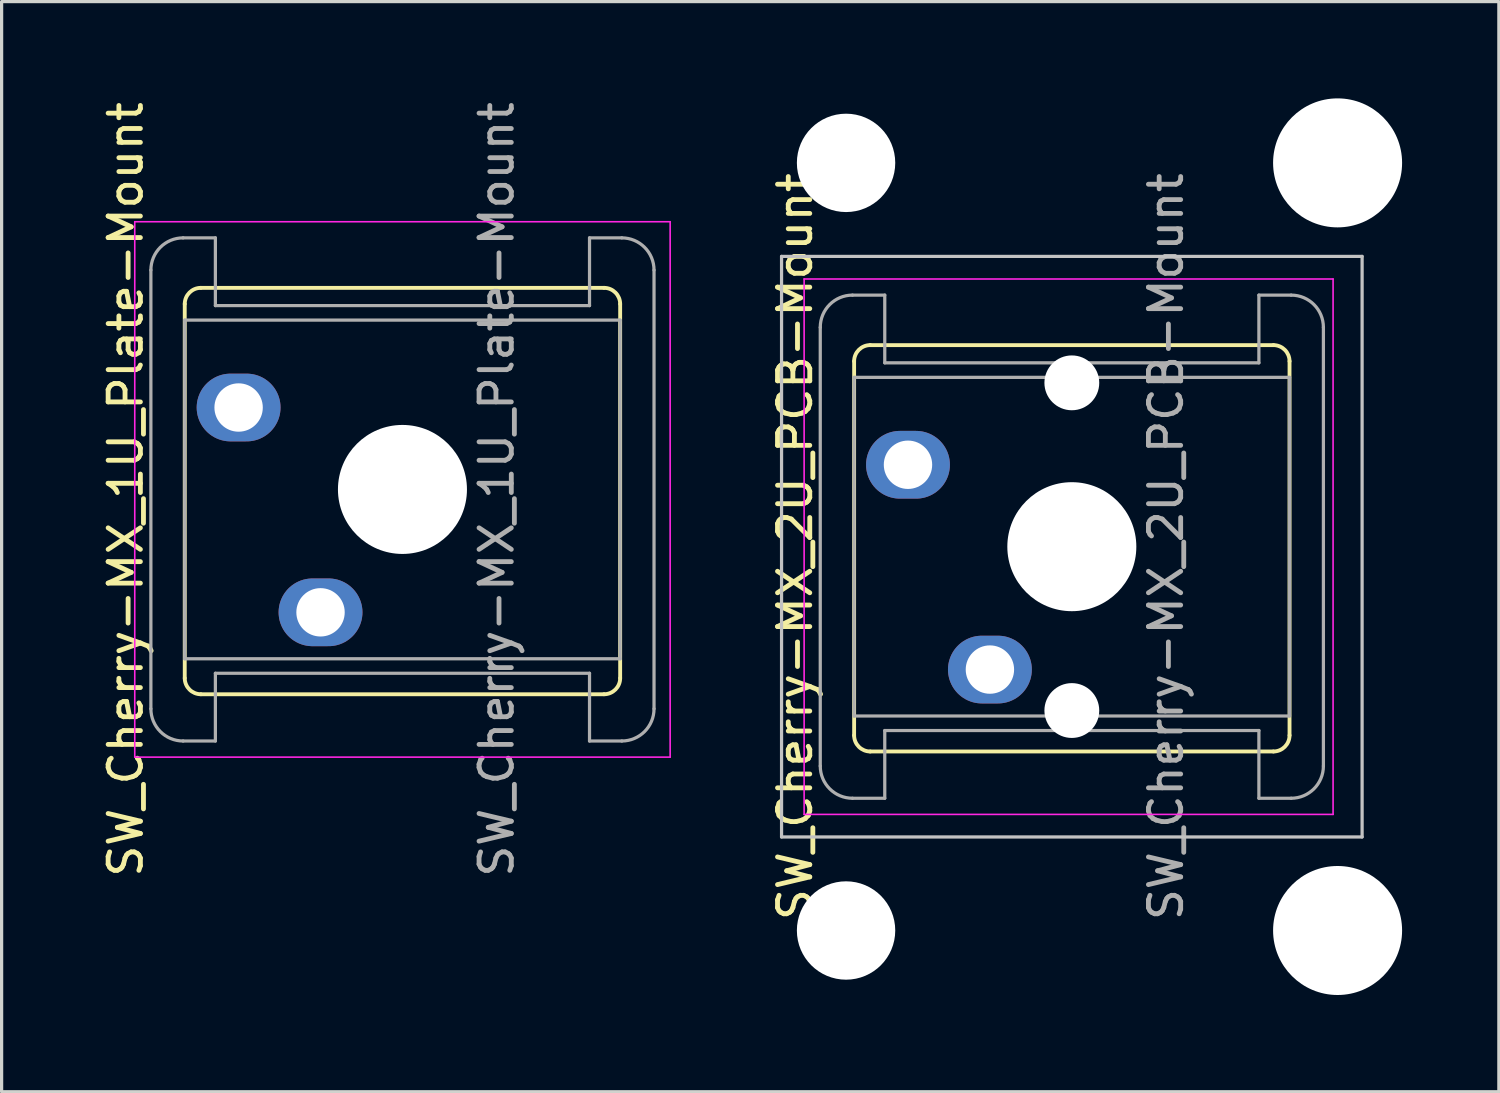
<source format=kicad_pcb>
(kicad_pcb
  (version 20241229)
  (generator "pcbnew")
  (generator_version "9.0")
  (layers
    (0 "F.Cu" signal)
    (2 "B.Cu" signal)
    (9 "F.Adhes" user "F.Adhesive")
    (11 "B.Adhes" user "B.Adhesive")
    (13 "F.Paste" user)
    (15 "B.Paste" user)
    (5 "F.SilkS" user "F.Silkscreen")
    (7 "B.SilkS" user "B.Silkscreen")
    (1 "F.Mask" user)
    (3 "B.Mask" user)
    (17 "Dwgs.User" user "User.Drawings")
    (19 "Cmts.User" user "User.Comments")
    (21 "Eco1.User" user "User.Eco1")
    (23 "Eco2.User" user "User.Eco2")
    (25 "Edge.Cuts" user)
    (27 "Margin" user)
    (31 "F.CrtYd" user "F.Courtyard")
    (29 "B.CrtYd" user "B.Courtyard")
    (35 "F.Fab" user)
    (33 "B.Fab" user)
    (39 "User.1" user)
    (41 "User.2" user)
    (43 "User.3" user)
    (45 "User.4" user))
  (footprint "SW_Cherry-MX_1U_Plate-Mount"
    (layer "F.Cu")
    (at 4.348 9.585)
    (property "Reference" "SW_Cherry-MX_1U_Plate-Mount" (at -3.5 2.54 90) (layer "F.SilkS") (effects (font (size 1 1) (thickness 0.15))))
    (attr through_hole)
    (fp_line (start -1.67 -3.21) (end -1.67 8.39) (stroke (width 0.12) (type solid)) (layer "F.SilkS"))
    (fp_line (start -1.17 -3.71) (end 11.33 -3.71) (stroke (width 0.12) (type solid)) (layer "F.SilkS"))
    (fp_line (start -1.17 8.89) (end 11.33 8.89) (stroke (width 0.12) (type solid)) (layer "F.SilkS"))
    (fp_line (start 11.83 -3.21) (end 11.83 8.39) (stroke (width 0.12) (type solid)) (layer "F.SilkS"))
    (fp_arc (start -1.67 -3.21) (mid -1.523553 -3.563553) (end -1.17 -3.71) (stroke (width 0.12) (type solid)) (layer "F.SilkS"))
    (fp_arc (start -1.17 8.89) (mid -1.523553 8.743553) (end -1.67 8.39) (stroke (width 0.12) (type solid)) (layer "F.SilkS"))
    (fp_arc (start 11.33 -3.71) (mid 11.683553 -3.563553) (end 11.83 -3.21) (stroke (width 0.12) (type solid)) (layer "F.SilkS"))
    (fp_arc (start 11.83 8.39) (mid 11.683553 8.743553) (end 11.33 8.89) (stroke (width 0.12) (type solid)) (layer "F.SilkS"))
    (fp_line (start -3.22 -5.76) (end -3.22 10.84) (stroke (width 0.05) (type solid)) (layer "F.CrtYd"))
    (fp_line (start -3.22 -5.76) (end 13.38 -5.76) (stroke (width 0.05) (type solid)) (layer "F.CrtYd"))
    (fp_line (start -3.22 10.84) (end 13.38 10.84) (stroke (width 0.05) (type solid)) (layer "F.CrtYd"))
    (fp_line (start 13.38 -5.76) (end 13.38 10.84) (stroke (width 0.05) (type solid)) (layer "F.CrtYd"))
    (fp_line (start -2.72 -4.26) (end -2.72 9.34) (stroke (width 0.1) (type solid)) (layer "F.Fab"))
    (fp_line (start -1.72 -5.26) (end -0.72 -5.26) (stroke (width 0.1) (type solid)) (layer "F.Fab"))
    (fp_line (start -1.72 10.34) (end -0.72 10.34) (stroke (width 0.1) (type solid)) (layer "F.Fab"))
    (fp_line (start -1.67 -2.71) (end -1.67 7.79) (stroke (width 0.1) (type solid)) (layer "F.Fab"))
    (fp_line (start -1.67 -2.71) (end 11.83 -2.71) (stroke (width 0.1) (type solid)) (layer "F.Fab"))
    (fp_line (start -1.67 7.79) (end 11.83 7.79) (stroke (width 0.1) (type solid)) (layer "F.Fab"))
    (fp_line (start -0.72 -3.16) (end -0.72 -5.26) (stroke (width 0.1) (type solid)) (layer "F.Fab"))
    (fp_line (start -0.72 -3.16) (end 10.88 -3.16) (stroke (width 0.1) (type solid)) (layer "F.Fab"))
    (fp_line (start -0.72 8.24) (end 10.88 8.24) (stroke (width 0.1) (type solid)) (layer "F.Fab"))
    (fp_line (start -0.72 10.34) (end -0.72 8.24) (stroke (width 0.1) (type solid)) (layer "F.Fab"))
    (fp_line (start 10.88 -5.26) (end 11.88 -5.26) (stroke (width 0.1) (type solid)) (layer "F.Fab"))
    (fp_line (start 10.88 -3.16) (end 10.88 -5.26) (stroke (width 0.1) (type solid)) (layer "F.Fab"))
    (fp_line (start 10.88 10.34) (end 10.88 8.24) (stroke (width 0.1) (type solid)) (layer "F.Fab"))
    (fp_line (start 10.88 10.34) (end 11.88 10.34) (stroke (width 0.1) (type solid)) (layer "F.Fab"))
    (fp_line (start 11.83 -2.71) (end 11.83 7.79) (stroke (width 0.1) (type solid)) (layer "F.Fab"))
    (fp_line (start 12.88 -4.26) (end 12.88 9.34) (stroke (width 0.1) (type solid)) (layer "F.Fab"))
    (fp_arc (start -2.72 -4.26) (mid -2.427107 -4.967107) (end -1.72 -5.26) (stroke (width 0.1) (type solid)) (layer "F.Fab"))
    (fp_arc (start -1.72 10.34) (mid -2.427107 10.047107) (end -2.72 9.34) (stroke (width 0.1) (type solid)) (layer "F.Fab"))
    (fp_arc (start 11.88 -5.26) (mid 12.587107 -4.967107) (end 12.88 -4.26) (stroke (width 0.1) (type solid)) (layer "F.Fab"))
    (fp_arc (start 12.88 9.34) (mid 12.587107 10.047107) (end 11.88 10.34) (stroke (width 0.1) (type solid)) (layer "F.Fab"))
    (fp_text user "${REFERENCE}" (at 8 2.54 90) (layer "F.Fab") (effects (font (size 1 1) (thickness 0.15))))
    (pad "" np_thru_hole circle (at 5.08 2.54) (size 4 4) (drill 4) (layers "*.Cu" "*.Mask"))
    (pad "1" thru_hole oval (at 0 0) (size 2.6 2.1) (drill 1.5) (layers "*.Cu" "*.Mask"))
    (pad "2" thru_hole oval (at 2.54 6.35) (size 2.6 2.1) (drill 1.5) (layers "*.Cu" "*.Mask")))
  (footprint "SW_Cherry-MX_2U_PCB-Mount"
    (layer "F.Cu")
    (at 25.102 11.36)
    (property "Reference" "SW_Cherry-MX_2U_PCB-Mount" (at -3.5 2.54 90) (layer "F.SilkS") (effects (font (size 1 1) (thickness 0.15))))
    (attr through_hole)
    (fp_line (start -1.67 -3.21) (end -1.67 8.39) (stroke (width 0.12) (type solid)) (layer "F.SilkS"))
    (fp_line (start -1.17 -3.71) (end 11.33 -3.71) (stroke (width 0.12) (type solid)) (layer "F.SilkS"))
    (fp_line (start -1.17 8.89) (end 11.33 8.89) (stroke (width 0.12) (type solid)) (layer "F.SilkS"))
    (fp_line (start 11.83 -3.21) (end 11.83 8.39) (stroke (width 0.12) (type solid)) (layer "F.SilkS"))
    (fp_arc (start -1.67 -3.21) (mid -1.523553 -3.563553) (end -1.17 -3.71) (stroke (width 0.12) (type solid)) (layer "F.SilkS"))
    (fp_arc (start -1.17 8.89) (mid -1.523553 8.743553) (end -1.67 8.39) (stroke (width 0.12) (type solid)) (layer "F.SilkS"))
    (fp_arc (start 11.33 -3.71) (mid 11.683553 -3.563553) (end 11.83 -3.21) (stroke (width 0.12) (type solid)) (layer "F.SilkS"))
    (fp_arc (start 11.83 8.39) (mid 11.683553 8.743553) (end 11.33 8.89) (stroke (width 0.12) (type solid)) (layer "F.SilkS"))
    (fp_line (start -3.92 -6.46) (end -3.92 11.54) (stroke (width 0.1) (type solid)) (layer "Dwgs.User"))
    (fp_line (start -3.92 -6.46) (end 14.08 -6.46) (stroke (width 0.1) (type solid)) (layer "Dwgs.User"))
    (fp_line (start -3.92 11.54) (end 14.08 11.54) (stroke (width 0.1) (type solid)) (layer "Dwgs.User"))
    (fp_line (start 14.08 -6.46) (end 14.08 11.54) (stroke (width 0.1) (type solid)) (layer "Dwgs.User"))
    (fp_line (start -3.22 -5.76) (end -3.22 10.84) (stroke (width 0.05) (type solid)) (layer "F.CrtYd"))
    (fp_line (start -3.22 -5.76) (end 13.18 -5.76) (stroke (width 0.05) (type solid)) (layer "F.CrtYd"))
    (fp_line (start -3.22 10.84) (end 13.18 10.84) (stroke (width 0.05) (type solid)) (layer "F.CrtYd"))
    (fp_line (start 13.18 -5.76) (end 13.18 10.84) (stroke (width 0.05) (type solid)) (layer "F.CrtYd"))
    (fp_line (start -2.72 -4.26) (end -2.72 9.34) (stroke (width 0.1) (type solid)) (layer "F.Fab"))
    (fp_line (start -1.72 -5.26) (end -0.72 -5.26) (stroke (width 0.1) (type solid)) (layer "F.Fab"))
    (fp_line (start -1.72 10.34) (end -0.72 10.34) (stroke (width 0.1) (type solid)) (layer "F.Fab"))
    (fp_line (start -1.67 -2.71) (end -1.67 7.79) (stroke (width 0.1) (type solid)) (layer "F.Fab"))
    (fp_line (start -1.67 -2.71) (end 11.83 -2.71) (stroke (width 0.1) (type solid)) (layer "F.Fab"))
    (fp_line (start -1.67 7.79) (end 11.83 7.79) (stroke (width 0.1) (type solid)) (layer "F.Fab"))
    (fp_line (start -0.72 -3.16) (end -0.72 -5.26) (stroke (width 0.1) (type solid)) (layer "F.Fab"))
    (fp_line (start -0.72 -3.16) (end 10.88 -3.16) (stroke (width 0.1) (type solid)) (layer "F.Fab"))
    (fp_line (start -0.72 8.24) (end 10.88 8.24) (stroke (width 0.1) (type solid)) (layer "F.Fab"))
    (fp_line (start -0.72 10.34) (end -0.72 8.24) (stroke (width 0.1) (type solid)) (layer "F.Fab"))
    (fp_line (start 10.88 -5.26) (end 11.88 -5.26) (stroke (width 0.1) (type solid)) (layer "F.Fab"))
    (fp_line (start 10.88 -3.16) (end 10.88 -5.26) (stroke (width 0.1) (type solid)) (layer "F.Fab"))
    (fp_line (start 10.88 10.34) (end 10.88 8.24) (stroke (width 0.1) (type solid)) (layer "F.Fab"))
    (fp_line (start 10.88 10.34) (end 11.88 10.34) (stroke (width 0.1) (type solid)) (layer "F.Fab"))
    (fp_line (start 11.83 -2.71) (end 11.83 7.79) (stroke (width 0.1) (type solid)) (layer "F.Fab"))
    (fp_line (start 12.88 -4.26) (end 12.88 9.34) (stroke (width 0.1) (type solid)) (layer "F.Fab"))
    (fp_arc (start -2.72 -4.26) (mid -2.427107 -4.967107) (end -1.72 -5.26) (stroke (width 0.1) (type solid)) (layer "F.Fab"))
    (fp_arc (start -1.72 10.34) (mid -2.427107 10.047107) (end -2.72 9.34) (stroke (width 0.1) (type solid)) (layer "F.Fab"))
    (fp_arc (start 11.88 -5.26) (mid 12.587107 -4.967107) (end 12.88 -4.26) (stroke (width 0.1) (type solid)) (layer "F.Fab"))
    (fp_arc (start 12.88 9.34) (mid 12.587107 10.047107) (end 11.88 10.34) (stroke (width 0.1) (type solid)) (layer "F.Fab"))
    (fp_text user "${REFERENCE}" (at 8 2.54 90) (layer "F.Fab") (effects (font (size 1 1) (thickness 0.15))))
    (pad "" np_thru_hole circle (at -1.92 -9.36) (size 3.05 3.05) (drill 3.05) (layers "*.Cu" "*.Mask"))
    (pad "" np_thru_hole circle (at -1.92 14.44) (size 3.05 3.05) (drill 3.05) (layers "*.Cu" "*.Mask"))
    (pad "" np_thru_hole circle (at 5.08 -2.54) (size 1.7 1.7) (drill 1.7) (layers "*.Cu" "*.Mask"))
    (pad "" np_thru_hole circle (at 5.08 2.54) (size 4 4) (drill 4) (layers "*.Cu" "*.Mask"))
    (pad "" np_thru_hole circle (at 5.08 7.62) (size 1.7 1.7) (drill 1.7) (layers "*.Cu" "*.Mask"))
    (pad "" np_thru_hole circle (at 13.32 -9.36) (size 4 4) (drill 4) (layers "*.Cu" "*.Mask"))
    (pad "" np_thru_hole circle (at 13.32 14.44) (size 4 4) (drill 4) (layers "*.Cu" "*.Mask"))
    (pad "1" thru_hole oval (at 0 0) (size 2.6 2.1) (drill 1.5) (layers "*.Cu" "*.Mask"))
    (pad "2" thru_hole oval (at 2.54 6.35) (size 2.6 2.1) (drill 1.5) (layers "*.Cu" "*.Mask")))
  (gr_rect
    (start -3 -3)
    (end 43.422 30.8)
    (stroke (width 0.1) (type default))
    (fill no)
    (layer "Edge.Cuts")))
</source>
